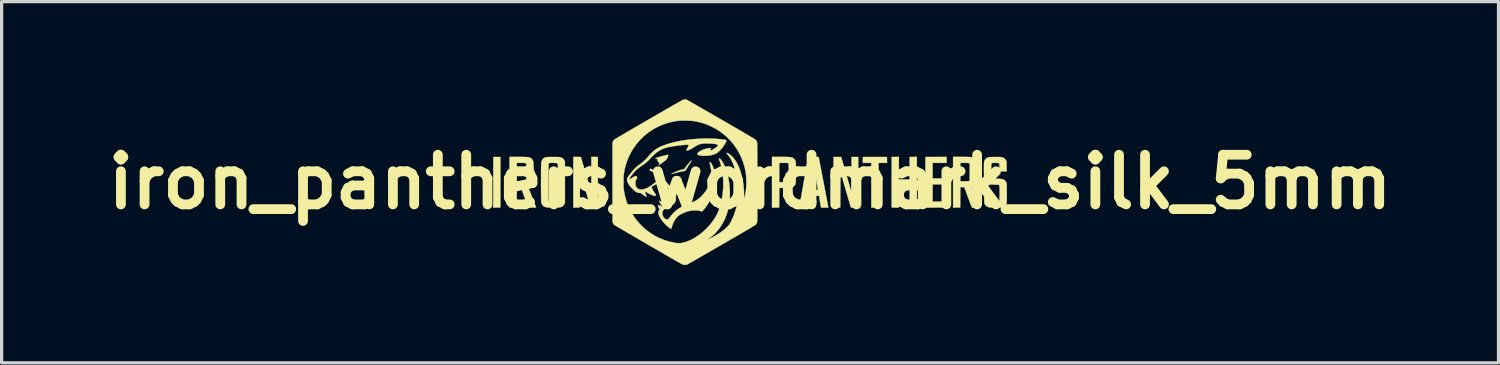
<source format=kicad_pcb>
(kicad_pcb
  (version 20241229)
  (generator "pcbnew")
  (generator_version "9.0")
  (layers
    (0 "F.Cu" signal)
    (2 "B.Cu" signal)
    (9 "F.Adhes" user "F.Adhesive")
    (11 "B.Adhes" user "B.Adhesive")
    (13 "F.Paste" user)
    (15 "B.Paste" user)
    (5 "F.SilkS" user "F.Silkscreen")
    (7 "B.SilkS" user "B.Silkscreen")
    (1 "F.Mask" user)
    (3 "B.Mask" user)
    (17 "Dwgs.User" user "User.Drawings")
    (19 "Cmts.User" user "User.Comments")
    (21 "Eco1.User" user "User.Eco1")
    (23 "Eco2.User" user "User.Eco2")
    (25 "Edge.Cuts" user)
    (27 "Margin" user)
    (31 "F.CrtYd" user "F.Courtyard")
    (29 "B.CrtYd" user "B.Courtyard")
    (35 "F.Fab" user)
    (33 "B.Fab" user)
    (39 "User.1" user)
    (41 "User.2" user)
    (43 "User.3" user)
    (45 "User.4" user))
  (footprint "iron_panthers_wordmark_silk_5mm"
    (layer "F.Cu")
    (at 19.964 2.532)
    (property "Reference" "iron_panthers_wordmark_silk_5mm" (at 0 0 0) (layer "F.SilkS") (effects (font (size 1.524 1.524) (thickness 0.3))))
    (attr through_hole)
    (fp_poly (pts (xy -7.661 0.784) (xy -7.771 0.786) (xy -7.88 0.788) (xy -7.879 0.011) (xy -7.877 -0.765) (xy -7.661 -0.765) (xy -7.661 0.784)) (stroke (width 0.01) (type solid)) (fill yes) (layer "F.SilkS"))
    (fp_poly (pts (xy 4.202 -0.675) (xy 4.204 -0.584) (xy 3.943 -0.584) (xy 3.942 0.1) (xy 3.94 0.784) (xy 3.831 0.786) (xy 3.721 0.788) (xy 3.721 -0.584) (xy 3.46 -0.584) (xy 3.462 -0.675) (xy 3.464 -0.765) (xy 4.201 -0.765) (xy 4.202 -0.675)) (stroke (width 0.01) (type solid)) (fill yes) (layer "F.SilkS"))
    (fp_poly (pts (xy 6.032 -0.584) (xy 5.601 -0.584) (xy 5.601 -0.108) (xy 5.956 -0.108) (xy 5.956 0.076) (xy 5.601 0.076) (xy 5.601 0.603) (xy 6.052 0.603) (xy 6.05 0.694) (xy 6.048 0.784) (xy 5.713 0.786) (xy 5.378 0.788) (xy 5.38 0.011) (xy 5.382 -0.765) (xy 5.707 -0.767) (xy 6.032 -0.768) (xy 6.032 -0.584)) (stroke (width 0.01) (type solid)) (fill yes) (layer "F.SilkS"))
    (fp_poly (pts (xy -3.048 -0.403) (xy -3.032 -0.395) (xy -3.012 -0.385) (xy -2.991 -0.373) (xy -2.973 -0.361) (xy -2.966 -0.356) (xy -2.942 -0.334) (xy -2.918 -0.304) (xy -2.897 -0.271) (xy -2.882 -0.24) (xy -2.879 -0.231) (xy -2.874 -0.204) (xy -2.871 -0.175) (xy -2.871 -0.164) (xy -2.873 -0.13) (xy -2.882 -0.163) (xy -2.895 -0.198) (xy -2.915 -0.235) (xy -2.94 -0.268) (xy -2.964 -0.291) (xy -2.983 -0.304) (xy -3.005 -0.318) (xy -3.029 -0.331) (xy -3.051 -0.342) (xy -3.067 -0.348) (xy -3.072 -0.349) (xy -3.079 -0.353) (xy -3.08 -0.356) (xy -3.077 -0.366) (xy -3.072 -0.381) (xy -3.065 -0.395) (xy -3.06 -0.405) (xy -3.058 -0.406) (xy -3.048 -0.403)) (stroke (width 0.01) (type solid)) (fill yes) (layer "F.SilkS"))
    (fp_poly (pts (xy 5.118 0.788) (xy 5.009 0.786) (xy 4.899 0.784) (xy 4.897 0.443) (xy 4.896 0.102) (xy 4.566 0.102) (xy 4.566 0.787) (xy 4.457 0.787) (xy 4.415 0.787) (xy 4.384 0.786) (xy 4.363 0.785) (xy 4.351 0.783) (xy 4.346 0.779) (xy 4.346 0.772) (xy 4.346 0.753) (xy 4.345 0.723) (xy 4.345 0.682) (xy 4.345 0.632) (xy 4.345 0.573) (xy 4.345 0.506) (xy 4.345 0.432) (xy 4.345 0.351) (xy 4.345 0.265) (xy 4.345 0.174) (xy 4.345 0.078) (xy 4.345 0.003) (xy 4.347 -0.765) (xy 4.456 -0.767) (xy 4.566 -0.769) (xy 4.566 -0.076) (xy 4.896 -0.076) (xy 4.897 -0.421) (xy 4.899 -0.765) (xy 5.009 -0.767) (xy 5.118 -0.769) (xy 5.118 0.788)) (stroke (width 0.01) (type solid)) (fill yes) (layer "F.SilkS"))
    (fp_poly (pts (xy -4.77 -0.767) (xy -4.67 -0.765) (xy -4.67 0.784) (xy -4.893 0.784) (xy -5.055 0.229) (xy -5.217 -0.326) (xy -5.223 0.784) (xy -5.323 0.786) (xy -5.423 0.788) (xy -5.423 -0.769) (xy -5.307 -0.767) (xy -5.191 -0.765) (xy -5.035 -0.23) (xy -5.012 -0.151) (xy -4.99 -0.074) (xy -4.969 -0.003) (xy -4.949 0.064) (xy -4.931 0.124) (xy -4.915 0.178) (xy -4.902 0.223) (xy -4.89 0.26) (xy -4.882 0.287) (xy -4.877 0.304) (xy -4.875 0.309) (xy -4.874 0.303) (xy -4.874 0.286) (xy -4.873 0.258) (xy -4.872 0.22) (xy -4.872 0.172) (xy -4.871 0.117) (xy -4.871 0.055) (xy -4.871 -0.014) (xy -4.871 -0.089) (xy -4.87 -0.168) (xy -4.87 -0.228) (xy -4.87 -0.769) (xy -4.77 -0.767)) (stroke (width 0.01) (type solid)) (fill yes) (layer "F.SilkS"))
    (fp_poly (pts (xy 2.952 -0.229) (xy 3.108 0.307) (xy 3.111 -0.229) (xy 3.115 -0.765) (xy 3.318 -0.765) (xy 3.318 0.784) (xy 3.209 0.786) (xy 3.169 0.786) (xy 3.14 0.787) (xy 3.12 0.786) (xy 3.107 0.784) (xy 3.099 0.782) (xy 3.095 0.779) (xy 3.094 0.776) (xy 3.091 0.769) (xy 3.085 0.75) (xy 3.076 0.72) (xy 3.065 0.682) (xy 3.051 0.634) (xy 3.034 0.579) (xy 3.016 0.517) (xy 2.996 0.448) (xy 2.975 0.375) (xy 2.952 0.298) (xy 2.93 0.222) (xy 2.772 -0.32) (xy 2.765 0.784) (xy 2.665 0.786) (xy 2.625 0.786) (xy 2.596 0.786) (xy 2.577 0.785) (xy 2.566 0.783) (xy 2.562 0.78) (xy 2.562 0.772) (xy 2.561 0.753) (xy 2.561 0.723) (xy 2.561 0.682) (xy 2.561 0.632) (xy 2.56 0.573) (xy 2.56 0.506) (xy 2.56 0.432) (xy 2.56 0.351) (xy 2.56 0.265) (xy 2.56 0.174) (xy 2.56 0.078) (xy 2.561 0.003) (xy 2.562 -0.765) (xy 2.796 -0.765) (xy 2.952 -0.229)) (stroke (width 0.01) (type solid)) (fill yes) (layer "F.SilkS"))
    (fp_poly (pts (xy -2.516 -0.827) (xy -2.511 -0.813) (xy -2.515 -0.789) (xy -2.518 -0.777) (xy -2.535 -0.74) (xy -2.558 -0.703) (xy -2.585 -0.671) (xy -2.599 -0.658) (xy -2.614 -0.647) (xy -2.635 -0.631) (xy -2.661 -0.612) (xy -2.69 -0.592) (xy -2.72 -0.571) (xy -2.747 -0.552) (xy -2.771 -0.536) (xy -2.788 -0.524) (xy -2.796 -0.52) (xy -2.805 -0.517) (xy -2.807 -0.519) (xy -2.803 -0.526) (xy -2.795 -0.54) (xy -2.79 -0.548) (xy -2.772 -0.573) (xy -2.795 -0.593) (xy -2.82 -0.618) (xy -2.835 -0.644) (xy -2.843 -0.676) (xy -2.844 -0.677) (xy -2.847 -0.695) (xy -2.852 -0.705) (xy -2.863 -0.71) (xy -2.879 -0.714) (xy -2.896 -0.719) (xy -2.907 -0.724) (xy -2.909 -0.727) (xy -2.903 -0.73) (xy -2.887 -0.735) (xy -2.862 -0.743) (xy -2.83 -0.752) (xy -2.793 -0.763) (xy -2.753 -0.775) (xy -2.711 -0.786) (xy -2.669 -0.797) (xy -2.63 -0.808) (xy -2.595 -0.817) (xy -2.565 -0.824) (xy -2.543 -0.829) (xy -2.53 -0.832) (xy -2.529 -0.832) (xy -2.516 -0.827)) (stroke (width 0.01) (type solid)) (fill yes) (layer "F.SilkS"))
    (fp_poly (pts (xy -1.79 -0.656) (xy -1.793 -0.649) (xy -1.802 -0.634) (xy -1.816 -0.611) (xy -1.831 -0.589) (xy -1.855 -0.553) (xy -1.882 -0.511) (xy -1.909 -0.468) (xy -1.933 -0.428) (xy -1.937 -0.423) (xy -1.957 -0.39) (xy -1.972 -0.366) (xy -1.984 -0.351) (xy -1.993 -0.342) (xy -2 -0.337) (xy -2.005 -0.337) (xy -2.022 -0.335) (xy -2.048 -0.33) (xy -2.083 -0.323) (xy -2.125 -0.314) (xy -2.171 -0.304) (xy -2.221 -0.292) (xy -2.271 -0.28) (xy -2.319 -0.267) (xy -2.365 -0.255) (xy -2.403 -0.244) (xy -2.412 -0.242) (xy -2.41 -0.246) (xy -2.402 -0.252) (xy -2.385 -0.262) (xy -2.362 -0.274) (xy -2.336 -0.287) (xy -2.29 -0.309) (xy -2.237 -0.33) (xy -2.182 -0.35) (xy -2.128 -0.367) (xy -2.079 -0.379) (xy -2.065 -0.382) (xy -2.042 -0.386) (xy -2.026 -0.391) (xy -2.015 -0.399) (xy -2.005 -0.412) (xy -1.996 -0.425) (xy -1.968 -0.466) (xy -1.936 -0.507) (xy -1.903 -0.548) (xy -1.87 -0.585) (xy -1.84 -0.618) (xy -1.813 -0.642) (xy -1.799 -0.653) (xy -1.792 -0.657) (xy -1.79 -0.656)) (stroke (width 0.01) (type solid)) (fill yes) (layer "F.SilkS"))
    (fp_poly (pts (xy 0.919 -0.768) (xy 0.995 -0.768) (xy 1.06 -0.768) (xy 1.114 -0.767) (xy 1.159 -0.765) (xy 1.196 -0.763) (xy 1.227 -0.76) (xy 1.252 -0.757) (xy 1.273 -0.752) (xy 1.29 -0.747) (xy 1.302 -0.742) (xy 1.336 -0.721) (xy 1.366 -0.691) (xy 1.389 -0.655) (xy 1.395 -0.639) (xy 1.398 -0.631) (xy 1.4 -0.621) (xy 1.402 -0.609) (xy 1.403 -0.594) (xy 1.404 -0.574) (xy 1.405 -0.548) (xy 1.406 -0.515) (xy 1.406 -0.475) (xy 1.406 -0.424) (xy 1.406 -0.364) (xy 1.407 -0.292) (xy 1.407 -0.217) (xy 1.406 -0.154) (xy 1.406 -0.101) (xy 1.405 -0.058) (xy 1.404 -0.022) (xy 1.403 0.006) (xy 1.4 0.029) (xy 1.397 0.047) (xy 1.393 0.062) (xy 1.389 0.074) (xy 1.383 0.086) (xy 1.376 0.097) (xy 1.37 0.106) (xy 1.354 0.126) (xy 1.335 0.142) (xy 1.308 0.158) (xy 1.306 0.159) (xy 1.262 0.181) (xy 1.079 0.183) (xy 0.895 0.185) (xy 0.894 0.485) (xy 0.892 0.784) (xy 0.783 0.786) (xy 0.673 0.788) (xy 0.673 -0.584) (xy 0.895 -0.584) (xy 0.895 0.006) (xy 1.026 0.006) (xy 1.07 0.006) (xy 1.103 0.006) (xy 1.127 0.005) (xy 1.144 0.004) (xy 1.155 0.002) (xy 1.162 -0.001) (xy 1.167 -0.005) (xy 1.168 -0.006) (xy 1.178 -0.021) (xy 1.184 -0.039) (xy 1.185 -0.05) (xy 1.186 -0.072) (xy 1.186 -0.104) (xy 1.186 -0.144) (xy 1.187 -0.191) (xy 1.187 -0.242) (xy 1.186 -0.298) (xy 1.186 -0.31) (xy 1.184 -0.56) (xy 1.169 -0.572) (xy 1.163 -0.576) (xy 1.155 -0.579) (xy 1.144 -0.581) (xy 1.127 -0.583) (xy 1.104 -0.584) (xy 1.071 -0.584) (xy 1.027 -0.584) (xy 0.895 -0.584) (xy 0.673 -0.584) (xy 0.673 -0.768) (xy 0.919 -0.768)) (stroke (width 0.01) (type solid)) (fill yes) (layer "F.SilkS"))
    (fp_poly (pts (xy 6.475 -0.768) (xy 6.533 -0.768) (xy 6.588 -0.768) (xy 6.639 -0.767) (xy 6.685 -0.766) (xy 6.724 -0.765) (xy 6.754 -0.764) (xy 6.773 -0.762) (xy 6.774 -0.762) (xy 6.829 -0.752) (xy 6.874 -0.734) (xy 6.909 -0.708) (xy 6.936 -0.674) (xy 6.954 -0.632) (xy 6.959 -0.611) (xy 6.961 -0.595) (xy 6.963 -0.568) (xy 6.964 -0.531) (xy 6.965 -0.487) (xy 6.966 -0.438) (xy 6.966 -0.384) (xy 6.966 -0.328) (xy 6.966 -0.271) (xy 6.966 -0.214) (xy 6.965 -0.161) (xy 6.964 -0.112) (xy 6.963 -0.069) (xy 6.961 -0.033) (xy 6.959 -0.007) (xy 6.957 0.007) (xy 6.941 0.054) (xy 6.917 0.092) (xy 6.884 0.121) (xy 6.841 0.142) (xy 6.836 0.144) (xy 6.817 0.15) (xy 6.805 0.154) (xy 6.802 0.156) (xy 6.804 0.162) (xy 6.81 0.178) (xy 6.82 0.205) (xy 6.833 0.239) (xy 6.849 0.282) (xy 6.868 0.33) (xy 6.888 0.384) (xy 6.911 0.441) (xy 6.917 0.458) (xy 6.94 0.517) (xy 6.962 0.573) (xy 6.982 0.624) (xy 6.999 0.67) (xy 7.014 0.708) (xy 7.026 0.739) (xy 7.034 0.761) (xy 7.038 0.772) (xy 7.039 0.773) (xy 7.043 0.788) (xy 6.805 0.784) (xy 6.574 0.162) (xy 6.452 0.158) (xy 6.448 0.784) (xy 6.339 0.786) (xy 6.229 0.788) (xy 6.229 -0.584) (xy 6.452 -0.584) (xy 6.452 -0.018) (xy 6.585 -0.02) (xy 6.63 -0.021) (xy 6.664 -0.022) (xy 6.689 -0.023) (xy 6.706 -0.025) (xy 6.717 -0.027) (xy 6.725 -0.03) (xy 6.729 -0.034) (xy 6.732 -0.037) (xy 6.734 -0.042) (xy 6.736 -0.051) (xy 6.738 -0.063) (xy 6.739 -0.081) (xy 6.739 -0.105) (xy 6.74 -0.137) (xy 6.74 -0.178) (xy 6.74 -0.228) (xy 6.741 -0.291) (xy 6.741 -0.302) (xy 6.741 -0.56) (xy 6.726 -0.572) (xy 6.719 -0.576) (xy 6.712 -0.579) (xy 6.7 -0.581) (xy 6.684 -0.583) (xy 6.66 -0.584) (xy 6.627 -0.584) (xy 6.584 -0.584) (xy 6.452 -0.584) (xy 6.229 -0.584) (xy 6.229 -0.768) (xy 6.475 -0.768)) (stroke (width 0.01) (type solid)) (fill yes) (layer "F.SilkS"))
    (fp_poly (pts (xy -7.136 -0.768) (xy -7.079 -0.768) (xy -7.024 -0.768) (xy -6.972 -0.767) (xy -6.926 -0.766) (xy -6.887 -0.765) (xy -6.857 -0.764) (xy -6.838 -0.762) (xy -6.838 -0.762) (xy -6.782 -0.752) (xy -6.737 -0.735) (xy -6.701 -0.71) (xy -6.674 -0.677) (xy -6.656 -0.635) (xy -6.649 -0.611) (xy -6.647 -0.595) (xy -6.646 -0.568) (xy -6.644 -0.531) (xy -6.643 -0.487) (xy -6.642 -0.438) (xy -6.642 -0.384) (xy -6.642 -0.328) (xy -6.642 -0.271) (xy -6.642 -0.214) (xy -6.643 -0.161) (xy -6.644 -0.112) (xy -6.645 -0.069) (xy -6.647 -0.033) (xy -6.649 -0.007) (xy -6.651 0.007) (xy -6.667 0.054) (xy -6.691 0.092) (xy -6.724 0.121) (xy -6.767 0.142) (xy -6.773 0.144) (xy -6.791 0.15) (xy -6.803 0.154) (xy -6.806 0.156) (xy -6.804 0.162) (xy -6.798 0.178) (xy -6.788 0.205) (xy -6.775 0.24) (xy -6.759 0.282) (xy -6.74 0.331) (xy -6.719 0.385) (xy -6.697 0.443) (xy -6.687 0.469) (xy -6.664 0.528) (xy -6.642 0.584) (xy -6.622 0.636) (xy -6.605 0.681) (xy -6.59 0.72) (xy -6.578 0.75) (xy -6.57 0.772) (xy -6.566 0.783) (xy -6.566 0.784) (xy -6.572 0.785) (xy -6.589 0.786) (xy -6.614 0.786) (xy -6.646 0.786) (xy -6.684 0.786) (xy -6.684 0.786) (xy -6.803 0.784) (xy -7.034 0.162) (xy -7.156 0.158) (xy -7.16 0.784) (xy -7.269 0.786) (xy -7.379 0.788) (xy -7.379 -0.584) (xy -7.156 -0.584) (xy -7.156 -0.018) (xy -7.023 -0.02) (xy -6.978 -0.021) (xy -6.944 -0.022) (xy -6.919 -0.023) (xy -6.902 -0.025) (xy -6.891 -0.027) (xy -6.883 -0.03) (xy -6.879 -0.034) (xy -6.876 -0.037) (xy -6.874 -0.042) (xy -6.872 -0.051) (xy -6.87 -0.063) (xy -6.869 -0.081) (xy -6.869 -0.105) (xy -6.868 -0.137) (xy -6.868 -0.178) (xy -6.868 -0.228) (xy -6.868 -0.291) (xy -6.868 -0.302) (xy -6.868 -0.56) (xy -6.883 -0.572) (xy -6.889 -0.576) (xy -6.896 -0.579) (xy -6.908 -0.581) (xy -6.924 -0.583) (xy -6.948 -0.584) (xy -6.981 -0.584) (xy -7.024 -0.584) (xy -7.156 -0.584) (xy -7.379 -0.584) (xy -7.379 -0.768) (xy -7.136 -0.768)) (stroke (width 0.01) (type solid)) (fill yes) (layer "F.SilkS"))
    (fp_poly (pts (xy 1.992 -0.768) (xy 2.034 -0.767) (xy 2.067 -0.766) (xy 2.091 -0.765) (xy 2.103 -0.763) (xy 2.105 -0.762) (xy 2.106 -0.756) (xy 2.11 -0.737) (xy 2.116 -0.708) (xy 2.123 -0.67) (xy 2.133 -0.622) (xy 2.143 -0.567) (xy 2.156 -0.504) (xy 2.169 -0.435) (xy 2.183 -0.361) (xy 2.198 -0.283) (xy 2.214 -0.201) (xy 2.23 -0.117) (xy 2.246 -0.031) (xy 2.263 0.056) (xy 2.28 0.143) (xy 2.296 0.228) (xy 2.312 0.312) (xy 2.327 0.393) (xy 2.342 0.47) (xy 2.356 0.542) (xy 2.368 0.609) (xy 2.38 0.67) (xy 2.39 0.723) (xy 2.397 0.764) (xy 2.402 0.787) (xy 2.179 0.787) (xy 2.175 0.77) (xy 2.173 0.759) (xy 2.17 0.737) (xy 2.164 0.707) (xy 2.158 0.67) (xy 2.151 0.629) (xy 2.146 0.603) (xy 2.139 0.561) (xy 2.132 0.521) (xy 2.126 0.488) (xy 2.122 0.461) (xy 2.119 0.445) (xy 2.118 0.44) (xy 2.114 0.425) (xy 1.787 0.425) (xy 1.759 0.605) (xy 1.73 0.784) (xy 1.621 0.786) (xy 1.578 0.786) (xy 1.547 0.786) (xy 1.527 0.785) (xy 1.515 0.783) (xy 1.511 0.78) (xy 1.511 0.78) (xy 1.512 0.773) (xy 1.516 0.755) (xy 1.521 0.725) (xy 1.527 0.687) (xy 1.536 0.639) (xy 1.545 0.583) (xy 1.556 0.521) (xy 1.568 0.453) (xy 1.581 0.379) (xy 1.595 0.302) (xy 1.605 0.243) (xy 1.816 0.243) (xy 1.822 0.244) (xy 1.839 0.246) (xy 1.865 0.247) (xy 1.898 0.247) (xy 1.936 0.248) (xy 1.949 0.248) (xy 1.994 0.248) (xy 2.027 0.247) (xy 2.051 0.247) (xy 2.067 0.245) (xy 2.076 0.244) (xy 2.081 0.241) (xy 2.083 0.238) (xy 2.083 0.236) (xy 2.082 0.228) (xy 2.079 0.209) (xy 2.074 0.18) (xy 2.068 0.143) (xy 2.06 0.098) (xy 2.052 0.047) (xy 2.042 -0.008) (xy 2.032 -0.067) (xy 2.022 -0.128) (xy 2.011 -0.189) (xy 2.001 -0.25) (xy 1.991 -0.308) (xy 1.981 -0.364) (xy 1.972 -0.415) (xy 1.964 -0.46) (xy 1.958 -0.498) (xy 1.952 -0.527) (xy 1.949 -0.547) (xy 1.947 -0.555) (xy 1.947 -0.556) (xy 1.943 -0.557) (xy 1.941 -0.552) (xy 1.94 -0.545) (xy 1.936 -0.526) (xy 1.932 -0.498) (xy 1.926 -0.46) (xy 1.919 -0.416) (xy 1.91 -0.365) (xy 1.902 -0.31) (xy 1.892 -0.251) (xy 1.883 -0.191) (xy 1.873 -0.129) (xy 1.864 -0.068) (xy 1.854 -0.009) (xy 1.846 0.047) (xy 1.838 0.098) (xy 1.831 0.144) (xy 1.825 0.183) (xy 1.82 0.213) (xy 1.817 0.233) (xy 1.816 0.243) (xy 1.816 0.243) (xy 1.605 0.243) (xy 1.609 0.221) (xy 1.624 0.138) (xy 1.638 0.054) (xy 1.653 -0.03) (xy 1.668 -0.114) (xy 1.683 -0.197) (xy 1.697 -0.277) (xy 1.71 -0.353) (xy 1.723 -0.426) (xy 1.735 -0.493) (xy 1.746 -0.554) (xy 1.756 -0.607) (xy 1.764 -0.653) (xy 1.77 -0.69) (xy 1.775 -0.717) (xy 1.778 -0.733) (xy 1.779 -0.735) (xy 1.785 -0.768) (xy 1.943 -0.768) (xy 1.992 -0.768)) (stroke (width 0.01) (type solid)) (fill yes) (layer "F.SilkS"))
    (fp_poly (pts (xy -5.985 -0.765) (xy -5.939 -0.765) (xy -5.903 -0.764) (xy -5.874 -0.763) (xy -5.853 -0.762) (xy -5.836 -0.76) (xy -5.822 -0.757) (xy -5.81 -0.754) (xy -5.809 -0.754) (xy -5.764 -0.734) (xy -5.729 -0.706) (xy -5.701 -0.668) (xy -5.699 -0.664) (xy -5.68 -0.626) (xy -5.68 0.645) (xy -5.699 0.683) (xy -5.726 0.722) (xy -5.761 0.752) (xy -5.805 0.772) (xy -5.806 0.772) (xy -5.818 0.776) (xy -5.834 0.778) (xy -5.854 0.78) (xy -5.881 0.782) (xy -5.915 0.783) (xy -5.959 0.784) (xy -6.014 0.785) (xy -6.017 0.785) (xy -6.065 0.785) (xy -6.112 0.785) (xy -6.154 0.784) (xy -6.19 0.784) (xy -6.217 0.782) (xy -6.234 0.781) (xy -6.286 0.769) (xy -6.329 0.748) (xy -6.363 0.718) (xy -6.388 0.68) (xy -6.404 0.632) (xy -6.407 0.615) (xy -6.408 0.601) (xy -6.409 0.576) (xy -6.41 0.541) (xy -6.411 0.496) (xy -6.412 0.443) (xy -6.412 0.383) (xy -6.413 0.317) (xy -6.413 0.246) (xy -6.413 0.172) (xy -6.414 0.095) (xy -6.414 0.018) (xy -6.414 -0.021) (xy -6.185 -0.021) (xy -6.185 0.01) (xy -6.185 0.107) (xy -6.185 0.193) (xy -6.185 0.268) (xy -6.185 0.333) (xy -6.184 0.388) (xy -6.184 0.434) (xy -6.184 0.472) (xy -6.183 0.503) (xy -6.183 0.528) (xy -6.182 0.547) (xy -6.181 0.562) (xy -6.18 0.572) (xy -6.178 0.58) (xy -6.177 0.584) (xy -6.175 0.588) (xy -6.173 0.59) (xy -6.172 0.591) (xy -6.167 0.595) (xy -6.16 0.598) (xy -6.149 0.601) (xy -6.134 0.602) (xy -6.11 0.603) (xy -6.078 0.603) (xy -6.043 0.603) (xy -5.997 0.603) (xy -5.962 0.602) (xy -5.938 0.6) (xy -5.923 0.598) (xy -5.916 0.595) (xy -5.907 0.584) (xy -5.9 0.566) (xy -5.899 0.562) (xy -5.898 0.551) (xy -5.897 0.529) (xy -5.896 0.496) (xy -5.896 0.455) (xy -5.895 0.405) (xy -5.894 0.348) (xy -5.894 0.286) (xy -5.894 0.219) (xy -5.893 0.149) (xy -5.893 0.076) (xy -5.893 0.002) (xy -5.893 -0.071) (xy -5.893 -0.143) (xy -5.894 -0.213) (xy -5.894 -0.279) (xy -5.894 -0.34) (xy -5.895 -0.396) (xy -5.896 -0.444) (xy -5.896 -0.484) (xy -5.897 -0.515) (xy -5.898 -0.535) (xy -5.899 -0.542) (xy -5.904 -0.56) (xy -5.91 -0.572) (xy -5.912 -0.574) (xy -5.921 -0.577) (xy -5.943 -0.579) (xy -5.976 -0.581) (xy -6.021 -0.583) (xy -6.039 -0.583) (xy -6.081 -0.584) (xy -6.112 -0.584) (xy -6.134 -0.583) (xy -6.149 -0.582) (xy -6.159 -0.58) (xy -6.166 -0.577) (xy -6.171 -0.573) (xy -6.172 -0.572) (xy -6.174 -0.569) (xy -6.176 -0.566) (xy -6.178 -0.562) (xy -6.179 -0.556) (xy -6.181 -0.546) (xy -6.182 -0.533) (xy -6.182 -0.515) (xy -6.183 -0.492) (xy -6.184 -0.463) (xy -6.184 -0.427) (xy -6.184 -0.383) (xy -6.185 -0.331) (xy -6.185 -0.269) (xy -6.185 -0.198) (xy -6.185 -0.115) (xy -6.185 -0.021) (xy -6.414 -0.021) (xy -6.414 -0.06) (xy -6.413 -0.137) (xy -6.413 -0.212) (xy -6.413 -0.283) (xy -6.412 -0.35) (xy -6.412 -0.412) (xy -6.411 -0.466) (xy -6.41 -0.513) (xy -6.409 -0.551) (xy -6.408 -0.579) (xy -6.407 -0.595) (xy -6.407 -0.597) (xy -6.393 -0.647) (xy -6.37 -0.689) (xy -6.338 -0.722) (xy -6.297 -0.746) (xy -6.275 -0.754) (xy -6.263 -0.757) (xy -6.25 -0.76) (xy -6.233 -0.762) (xy -6.211 -0.763) (xy -6.184 -0.764) (xy -6.148 -0.765) (xy -6.103 -0.765) (xy -6.047 -0.765) (xy -6.042 -0.765) (xy -5.985 -0.765)) (stroke (width 0.01) (type solid)) (fill yes) (layer "F.SilkS"))
    (fp_poly (pts (xy 7.582 -0.765) (xy 7.626 -0.765) (xy 7.66 -0.764) (xy 7.686 -0.763) (xy 7.706 -0.761) (xy 7.722 -0.759) (xy 7.736 -0.756) (xy 7.742 -0.754) (xy 7.787 -0.734) (xy 7.822 -0.706) (xy 7.85 -0.668) (xy 7.852 -0.664) (xy 7.871 -0.626) (xy 7.873 -0.475) (xy 7.875 -0.324) (xy 7.652 -0.324) (xy 7.652 -0.438) (xy 7.652 -0.479) (xy 7.651 -0.509) (xy 7.651 -0.53) (xy 7.649 -0.545) (xy 7.647 -0.554) (xy 7.643 -0.561) (xy 7.638 -0.567) (xy 7.636 -0.569) (xy 7.63 -0.575) (xy 7.623 -0.579) (xy 7.613 -0.582) (xy 7.598 -0.583) (xy 7.576 -0.584) (xy 7.545 -0.584) (xy 7.526 -0.584) (xy 7.488 -0.584) (xy 7.461 -0.583) (xy 7.443 -0.582) (xy 7.43 -0.58) (xy 7.422 -0.576) (xy 7.416 -0.572) (xy 7.401 -0.56) (xy 7.399 -0.358) (xy 7.398 -0.295) (xy 7.398 -0.245) (xy 7.399 -0.204) (xy 7.4 -0.172) (xy 7.402 -0.148) (xy 7.405 -0.131) (xy 7.41 -0.119) (xy 7.415 -0.111) (xy 7.422 -0.106) (xy 7.431 -0.102) (xy 7.444 -0.1) (xy 7.468 -0.098) (xy 7.502 -0.096) (xy 7.542 -0.095) (xy 7.573 -0.095) (xy 7.629 -0.095) (xy 7.674 -0.093) (xy 7.71 -0.09) (xy 7.739 -0.085) (xy 7.763 -0.079) (xy 7.783 -0.07) (xy 7.785 -0.07) (xy 7.817 -0.047) (xy 7.845 -0.014) (xy 7.863 0.016) (xy 7.866 0.024) (xy 7.869 0.032) (xy 7.871 0.041) (xy 7.873 0.052) (xy 7.875 0.067) (xy 7.876 0.087) (xy 7.877 0.113) (xy 7.877 0.146) (xy 7.878 0.188) (xy 7.878 0.24) (xy 7.879 0.303) (xy 7.879 0.326) (xy 7.879 0.408) (xy 7.879 0.478) (xy 7.879 0.535) (xy 7.878 0.581) (xy 7.876 0.614) (xy 7.875 0.635) (xy 7.874 0.639) (xy 7.861 0.676) (xy 7.84 0.711) (xy 7.813 0.739) (xy 7.805 0.745) (xy 7.787 0.756) (xy 7.77 0.764) (xy 7.75 0.771) (xy 7.727 0.776) (xy 7.699 0.78) (xy 7.664 0.782) (xy 7.62 0.784) (xy 7.566 0.784) (xy 7.553 0.785) (xy 7.507 0.785) (xy 7.463 0.785) (xy 7.422 0.784) (xy 7.388 0.783) (xy 7.364 0.782) (xy 7.353 0.781) (xy 7.308 0.77) (xy 7.268 0.751) (xy 7.235 0.727) (xy 7.222 0.712) (xy 7.21 0.695) (xy 7.2 0.678) (xy 7.193 0.658) (xy 7.188 0.635) (xy 7.185 0.605) (xy 7.183 0.568) (xy 7.182 0.522) (xy 7.182 0.481) (xy 7.182 0.343) (xy 7.404 0.343) (xy 7.404 0.457) (xy 7.404 0.498) (xy 7.404 0.528) (xy 7.405 0.549) (xy 7.407 0.564) (xy 7.409 0.574) (xy 7.413 0.58) (xy 7.418 0.586) (xy 7.42 0.588) (xy 7.426 0.594) (xy 7.433 0.598) (xy 7.443 0.601) (xy 7.458 0.602) (xy 7.48 0.603) (xy 7.512 0.603) (xy 7.528 0.603) (xy 7.562 0.603) (xy 7.592 0.602) (xy 7.616 0.6) (xy 7.63 0.598) (xy 7.633 0.597) (xy 7.639 0.592) (xy 7.645 0.584) (xy 7.649 0.572) (xy 7.652 0.554) (xy 7.655 0.53) (xy 7.656 0.497) (xy 7.657 0.456) (xy 7.658 0.404) (xy 7.658 0.343) (xy 7.658 0.28) (xy 7.657 0.228) (xy 7.656 0.187) (xy 7.655 0.155) (xy 7.652 0.131) (xy 7.649 0.113) (xy 7.645 0.101) (xy 7.639 0.094) (xy 7.634 0.09) (xy 7.625 0.088) (xy 7.605 0.086) (xy 7.576 0.084) (xy 7.54 0.083) (xy 7.5 0.082) (xy 7.477 0.081) (xy 7.421 0.08) (xy 7.375 0.078) (xy 7.338 0.074) (xy 7.309 0.069) (xy 7.286 0.062) (xy 7.266 0.052) (xy 7.249 0.04) (xy 7.231 0.024) (xy 7.229 0.023) (xy 7.218 0.011) (xy 7.208 -0.000433) (xy 7.2 -0.012) (xy 7.194 -0.026) (xy 7.189 -0.042) (xy 7.185 -0.063) (xy 7.182 -0.089) (xy 7.18 -0.122) (xy 7.179 -0.164) (xy 7.178 -0.214) (xy 7.177 -0.275) (xy 7.177 -0.329) (xy 7.176 -0.395) (xy 7.176 -0.45) (xy 7.176 -0.495) (xy 7.177 -0.531) (xy 7.177 -0.559) (xy 7.178 -0.582) (xy 7.18 -0.599) (xy 7.182 -0.612) (xy 7.184 -0.623) (xy 7.185 -0.627) (xy 7.202 -0.67) (xy 7.226 -0.704) (xy 7.259 -0.73) (xy 7.302 -0.75) (xy 7.313 -0.754) (xy 7.326 -0.757) (xy 7.34 -0.76) (xy 7.357 -0.762) (xy 7.379 -0.763) (xy 7.407 -0.764) (xy 7.444 -0.765) (xy 7.49 -0.765) (xy 7.528 -0.765) (xy 7.582 -0.765)) (stroke (width 0.01) (type solid)) (fill yes) (layer "F.SilkS"))
    (fp_poly (pts (xy -1.966 -2.525) (xy -1.942 -2.52) (xy -1.935 -2.516) (xy -1.917 -2.506) (xy -1.889 -2.49) (xy -1.851 -2.469) (xy -1.805 -2.443) (xy -1.751 -2.412) (xy -1.689 -2.377) (xy -1.62 -2.337) (xy -1.544 -2.294) (xy -1.463 -2.247) (xy -1.375 -2.197) (xy -1.283 -2.144) (xy -1.187 -2.089) (xy -1.087 -2.031) (xy -0.984 -1.971) (xy -0.895 -1.92) (xy -0.749 -1.836) (xy -0.613 -1.757) (xy -0.489 -1.685) (xy -0.375 -1.619) (xy -0.273 -1.56) (xy -0.181 -1.506) (xy -0.1 -1.459) (xy -0.03 -1.417) (xy 0.029 -1.382) (xy 0.078 -1.353) (xy 0.115 -1.33) (xy 0.142 -1.313) (xy 0.159 -1.302) (xy 0.163 -1.299) (xy 0.188 -1.273) (xy 0.205 -1.245) (xy 0.209 -1.235) (xy 0.211 -1.23) (xy 0.212 -1.226) (xy 0.214 -1.22) (xy 0.215 -1.214) (xy 0.216 -1.205) (xy 0.217 -1.194) (xy 0.218 -1.18) (xy 0.218 -1.163) (xy 0.219 -1.142) (xy 0.22 -1.116) (xy 0.22 -1.084) (xy 0.221 -1.047) (xy 0.221 -1.004) (xy 0.221 -0.954) (xy 0.222 -0.897) (xy 0.222 -0.832) (xy 0.222 -0.758) (xy 0.222 -0.676) (xy 0.222 -0.584) (xy 0.222 -0.482) (xy 0.222 -0.369) (xy 0.222 -0.245) (xy 0.222 -0.109) (xy 0.222 0.01) (xy 0.222 0.155) (xy 0.222 0.288) (xy 0.222 0.41) (xy 0.222 0.521) (xy 0.222 0.621) (xy 0.222 0.711) (xy 0.222 0.792) (xy 0.222 0.864) (xy 0.222 0.928) (xy 0.221 0.984) (xy 0.221 1.032) (xy 0.221 1.074) (xy 0.22 1.11) (xy 0.22 1.14) (xy 0.219 1.165) (xy 0.218 1.186) (xy 0.217 1.203) (xy 0.217 1.216) (xy 0.216 1.226) (xy 0.214 1.234) (xy 0.213 1.241) (xy 0.212 1.246) (xy 0.21 1.25) (xy 0.209 1.253) (xy 0.193 1.285) (xy 0.17 1.313) (xy 0.17 1.314) (xy 0.162 1.32) (xy 0.145 1.331) (xy 0.119 1.347) (xy 0.084 1.368) (xy 0.04 1.395) (xy -0.014 1.427) (xy -0.077 1.464) (xy -0.15 1.507) (xy -0.233 1.556) (xy -0.326 1.61) (xy -0.43 1.67) (xy -0.543 1.736) (xy -0.668 1.808) (xy -0.803 1.886) (xy -0.886 1.934) (xy -0.992 1.995) (xy -1.095 2.055) (xy -1.195 2.112) (xy -1.291 2.168) (xy -1.382 2.22) (xy -1.469 2.27) (xy -1.55 2.317) (xy -1.625 2.36) (xy -1.693 2.399) (xy -1.754 2.434) (xy -1.808 2.464) (xy -1.853 2.49) (xy -1.889 2.51) (xy -1.916 2.525) (xy -1.933 2.534) (xy -1.939 2.537) (xy -1.976 2.545) (xy -2.017 2.545) (xy -2.056 2.538) (xy -2.073 2.531) (xy -2.085 2.525) (xy -2.108 2.513) (xy -2.139 2.495) (xy -2.18 2.472) (xy -2.228 2.445) (xy -2.284 2.413) (xy -2.346 2.377) (xy -2.415 2.338) (xy -2.489 2.295) (xy -2.568 2.25) (xy -2.65 2.202) (xy -2.737 2.152) (xy -2.826 2.1) (xy -2.917 2.048) (xy -3.009 1.994) (xy -3.103 1.94) (xy -3.196 1.886) (xy -3.289 1.832) (xy -3.381 1.779) (xy -3.47 1.726) (xy -3.558 1.675) (xy -3.642 1.626) (xy -3.722 1.58) (xy -3.798 1.535) (xy -3.868 1.494) (xy -3.933 1.456) (xy -3.991 1.422) (xy -4.042 1.392) (xy -4.085 1.366) (xy -4.12 1.345) (xy -4.146 1.33) (xy -4.162 1.32) (xy -4.167 1.316) (xy -4.184 1.296) (xy -4.199 1.272) (xy -4.205 1.261) (xy -4.22 1.229) (xy -4.22 0.003) (xy -3.882 0.003) (xy -3.882 0.06) (xy -3.882 0.107) (xy -3.881 0.145) (xy -3.88 0.178) (xy -3.878 0.206) (xy -3.875 0.233) (xy -3.871 0.26) (xy -3.869 0.276) (xy -3.838 0.432) (xy -3.796 0.583) (xy -3.742 0.729) (xy -3.678 0.868) (xy -3.602 1.002) (xy -3.515 1.129) (xy -3.417 1.251) (xy -3.389 1.282) (xy -3.28 1.391) (xy -3.164 1.49) (xy -3.041 1.579) (xy -2.911 1.658) (xy -2.774 1.726) (xy -2.631 1.783) (xy -2.483 1.829) (xy -2.329 1.863) (xy -2.27 1.873) (xy -2.226 1.879) (xy -2.189 1.882) (xy -2.153 1.881) (xy -2.115 1.876) (xy -2.076 1.869) (xy -1.977 1.844) (xy -1.876 1.806) (xy -1.775 1.759) (xy -1.674 1.701) (xy -1.575 1.634) (xy -1.479 1.56) (xy -1.386 1.478) (xy -1.298 1.39) (xy -1.215 1.296) (xy -1.139 1.197) (xy -1.072 1.095) (xy -1.013 0.99) (xy -1.009 0.983) (xy -0.97 0.896) (xy -0.935 0.799) (xy -0.904 0.694) (xy -0.877 0.581) (xy -0.855 0.464) (xy -0.838 0.344) (xy -0.827 0.223) (xy -0.821 0.103) (xy -0.822 -0.015) (xy -0.824 -0.075) (xy -0.835 -0.199) (xy -0.85 -0.318) (xy -0.871 -0.429) (xy -0.896 -0.532) (xy -0.926 -0.624) (xy -0.933 -0.643) (xy -0.943 -0.671) (xy -0.951 -0.694) (xy -0.955 -0.71) (xy -0.956 -0.717) (xy -0.946 -0.724) (xy -0.932 -0.72) (xy -0.914 -0.706) (xy -0.893 -0.684) (xy -0.87 -0.654) (xy -0.847 -0.618) (xy -0.823 -0.577) (xy -0.8 -0.531) (xy -0.797 -0.525) (xy -0.746 -0.402) (xy -0.703 -0.271) (xy -0.669 -0.134) (xy -0.644 0.009) (xy -0.627 0.156) (xy -0.619 0.304) (xy -0.621 0.453) (xy -0.632 0.6) (xy -0.642 0.676) (xy -0.668 0.821) (xy -0.705 0.959) (xy -0.753 1.091) (xy -0.811 1.216) (xy -0.881 1.336) (xy -0.962 1.452) (xy -1.044 1.551) (xy -1.1 1.608) (xy -1.167 1.664) (xy -1.242 1.717) (xy -1.247 1.721) (xy -1.272 1.738) (xy -1.293 1.752) (xy -1.308 1.762) (xy -1.314 1.768) (xy -1.314 1.768) (xy -1.309 1.768) (xy -1.294 1.762) (xy -1.271 1.753) (xy -1.242 1.74) (xy -1.209 1.724) (xy -1.173 1.707) (xy -1.137 1.689) (xy -1.131 1.686) (xy -1.074 1.655) (xy -1.014 1.619) (xy -0.953 1.58) (xy -0.893 1.539) (xy -0.836 1.496) (xy -0.782 1.453) (xy -0.734 1.412) (xy -0.692 1.373) (xy -0.659 1.338) (xy -0.641 1.313) (xy -0.604 1.253) (xy -0.567 1.183) (xy -0.531 1.105) (xy -0.497 1.021) (xy -0.466 0.934) (xy -0.438 0.845) (xy -0.415 0.757) (xy -0.396 0.673) (xy -0.391 0.641) (xy -0.384 0.591) (xy -0.379 0.53) (xy -0.375 0.462) (xy -0.373 0.39) (xy -0.372 0.317) (xy -0.373 0.244) (xy -0.375 0.201) (xy -0.386 0.038) (xy -0.404 -0.113) (xy -0.429 -0.253) (xy -0.46 -0.383) (xy -0.498 -0.502) (xy -0.542 -0.61) (xy -0.593 -0.707) (xy -0.651 -0.793) (xy -0.677 -0.826) (xy -0.694 -0.847) (xy -0.708 -0.865) (xy -0.716 -0.878) (xy -0.718 -0.882) (xy -0.713 -0.89) (xy -0.701 -0.89) (xy -0.681 -0.882) (xy -0.655 -0.867) (xy -0.624 -0.845) (xy -0.594 -0.821) (xy -0.531 -0.761) (xy -0.473 -0.689) (xy -0.419 -0.608) (xy -0.371 -0.516) (xy -0.327 -0.415) (xy -0.289 -0.306) (xy -0.256 -0.19) (xy -0.229 -0.067) (xy -0.208 0.063) (xy -0.193 0.197) (xy -0.185 0.336) (xy -0.184 0.413) (xy -0.183 0.452) (xy -0.183 0.48) (xy -0.182 0.498) (xy -0.181 0.508) (xy -0.179 0.509) (xy -0.177 0.504) (xy -0.174 0.496) (xy -0.157 0.431) (xy -0.142 0.357) (xy -0.13 0.275) (xy -0.121 0.188) (xy -0.115 0.099) (xy -0.113 0.01) (xy -0.113 0.01) (xy -0.115 -0.104) (xy -0.123 -0.21) (xy -0.137 -0.312) (xy -0.157 -0.413) (xy -0.171 -0.472) (xy -0.216 -0.618) (xy -0.271 -0.759) (xy -0.338 -0.894) (xy -0.414 -1.023) (xy -0.5 -1.145) (xy -0.595 -1.26) (xy -0.699 -1.366) (xy -0.811 -1.464) (xy -0.931 -1.554) (xy -1.058 -1.633) (xy -1.191 -1.703) (xy -1.33 -1.763) (xy -1.475 -1.811) (xy -1.565 -1.835) (xy -1.633 -1.85) (xy -1.695 -1.862) (xy -1.756 -1.871) (xy -1.818 -1.877) (xy -1.886 -1.88) (xy -1.961 -1.882) (xy -1.988 -1.882) (xy -2.054 -1.882) (xy -2.112 -1.881) (xy -2.162 -1.879) (xy -2.209 -1.875) (xy -2.255 -1.869) (xy -2.304 -1.861) (xy -2.358 -1.851) (xy -2.375 -1.848) (xy -2.523 -1.812) (xy -2.666 -1.764) (xy -2.804 -1.706) (xy -2.936 -1.637) (xy -3.062 -1.558) (xy -3.181 -1.47) (xy -3.292 -1.373) (xy -3.396 -1.267) (xy -3.491 -1.153) (xy -3.578 -1.032) (xy -3.655 -0.904) (xy -3.722 -0.769) (xy -3.778 -0.629) (xy -3.824 -0.483) (xy -3.833 -0.448) (xy -3.847 -0.388) (xy -3.858 -0.334) (xy -3.867 -0.284) (xy -3.873 -0.234) (xy -3.878 -0.182) (xy -3.881 -0.125) (xy -3.882 -0.061) (xy -3.882 0.003) (xy -4.22 0.003) (xy -4.22 -1.21) (xy -4.205 -1.242) (xy -4.192 -1.266) (xy -4.175 -1.289) (xy -4.167 -1.297) (xy -4.159 -1.302) (xy -4.141 -1.313) (xy -4.114 -1.33) (xy -4.077 -1.352) (xy -4.032 -1.379) (xy -3.979 -1.41) (xy -3.92 -1.445) (xy -3.853 -1.484) (xy -3.781 -1.526) (xy -3.705 -1.571) (xy -3.623 -1.618) (xy -3.538 -1.668) (xy -3.45 -1.719) (xy -3.359 -1.771) (xy -3.267 -1.825) (xy -3.174 -1.879) (xy -3.08 -1.934) (xy -2.986 -1.988) (xy -2.894 -2.041) (xy -2.802 -2.094) (xy -2.713 -2.145) (xy -2.627 -2.195) (xy -2.545 -2.243) (xy -2.466 -2.288) (xy -2.393 -2.33) (xy -2.325 -2.369) (xy -2.263 -2.404) (xy -2.208 -2.435) (xy -2.161 -2.462) (xy -2.121 -2.484) (xy -2.091 -2.501) (xy -2.07 -2.513) (xy -2.059 -2.518) (xy -2.058 -2.519) (xy -2.031 -2.525) (xy -1.998 -2.527) (xy -1.966 -2.525)) (stroke (width 0.01) (type solid)) (fill yes) (layer "F.SilkS"))
    (fp_poly (pts (xy -1.099 -1.327) (xy -0.958 -1.316) (xy -0.826 -1.3) (xy -0.781 -1.293) (xy -0.752 -1.288) (xy -0.735 -1.281) (xy -0.727 -1.271) (xy -0.728 -1.255) (xy -0.737 -1.232) (xy -0.745 -1.215) (xy -0.777 -1.157) (xy -0.815 -1.099) (xy -0.857 -1.042) (xy -0.903 -0.989) (xy -0.949 -0.942) (xy -0.994 -0.903) (xy -1.02 -0.884) (xy -1.063 -0.862) (xy -1.117 -0.841) (xy -1.181 -0.824) (xy -1.226 -0.815) (xy -1.262 -0.81) (xy -1.306 -0.806) (xy -1.353 -0.804) (xy -1.402 -0.803) (xy -1.449 -0.804) (xy -1.492 -0.806) (xy -1.527 -0.81) (xy -1.553 -0.815) (xy -1.553 -0.815) (xy -1.582 -0.826) (xy -1.604 -0.84) (xy -1.617 -0.853) (xy -1.619 -0.862) (xy -1.615 -0.871) (xy -1.604 -0.885) (xy -1.59 -0.902) (xy -1.559 -0.928) (xy -1.518 -0.954) (xy -1.468 -0.979) (xy -1.413 -1) (xy -1.353 -1.018) (xy -1.325 -1.025) (xy -1.303 -1.029) (xy -1.278 -1.033) (xy -1.252 -1.036) (xy -1.229 -1.038) (xy -1.213 -1.038) (xy -1.209 -1.037) (xy -1.201 -1.028) (xy -1.202 -1.014) (xy -1.209 -1.001) (xy -1.215 -0.986) (xy -1.21 -0.973) (xy -1.202 -0.969) (xy -1.189 -0.97) (xy -1.167 -0.979) (xy -1.136 -0.996) (xy -1.096 -1.021) (xy -1.075 -1.035) (xy -1.035 -1.063) (xy -1.007 -1.086) (xy -0.99 -1.106) (xy -0.985 -1.122) (xy -0.99 -1.136) (xy -1.006 -1.146) (xy -1.007 -1.147) (xy -1.034 -1.156) (xy -1.065 -1.164) (xy -1.102 -1.17) (xy -1.146 -1.174) (xy -1.2 -1.177) (xy -1.26 -1.179) (xy -1.334 -1.18) (xy -1.396 -1.179) (xy -1.451 -1.175) (xy -1.498 -1.168) (xy -1.542 -1.158) (xy -1.583 -1.143) (xy -1.623 -1.124) (xy -1.665 -1.101) (xy -1.699 -1.079) (xy -1.76 -1.041) (xy -1.812 -1.01) (xy -1.855 -0.988) (xy -1.89 -0.973) (xy -1.916 -0.967) (xy -1.927 -0.966) (xy -1.946 -0.971) (xy -1.954 -0.979) (xy -1.951 -0.994) (xy -1.938 -1.015) (xy -1.937 -1.015) (xy -1.923 -1.036) (xy -1.909 -1.061) (xy -1.902 -1.074) (xy -1.891 -1.1) (xy -1.886 -1.119) (xy -1.89 -1.132) (xy -1.902 -1.139) (xy -1.924 -1.142) (xy -1.957 -1.141) (xy -1.973 -1.14) (xy -2.03 -1.136) (xy -2.093 -1.13) (xy -2.16 -1.122) (xy -2.229 -1.114) (xy -2.298 -1.104) (xy -2.364 -1.094) (xy -2.425 -1.084) (xy -2.478 -1.074) (xy -2.522 -1.065) (xy -2.53 -1.063) (xy -2.608 -1.04) (xy -2.681 -1.013) (xy -2.749 -0.98) (xy -2.815 -0.94) (xy -2.88 -0.893) (xy -2.946 -0.837) (xy -3.014 -0.77) (xy -3.057 -0.725) (xy -3.101 -0.678) (xy -3.14 -0.64) (xy -3.175 -0.607) (xy -3.21 -0.578) (xy -3.246 -0.55) (xy -3.286 -0.522) (xy -3.296 -0.516) (xy -3.353 -0.478) (xy -3.401 -0.443) (xy -3.442 -0.412) (xy -3.479 -0.381) (xy -3.512 -0.349) (xy -3.544 -0.314) (xy -3.578 -0.274) (xy -3.614 -0.229) (xy -3.645 -0.188) (xy -3.668 -0.156) (xy -3.684 -0.131) (xy -3.695 -0.112) (xy -3.699 -0.099) (xy -3.701 -0.089) (xy -3.697 -0.084) (xy -3.688 -0.085) (xy -3.671 -0.093) (xy -3.646 -0.108) (xy -3.625 -0.121) (xy -3.598 -0.138) (xy -3.571 -0.154) (xy -3.549 -0.167) (xy -3.538 -0.172) (xy -3.511 -0.185) (xy -3.489 -0.169) (xy -3.472 -0.154) (xy -3.465 -0.139) (xy -3.466 -0.123) (xy -3.476 -0.101) (xy -3.482 -0.091) (xy -3.508 -0.039) (xy -3.52 0.013) (xy -3.521 0.064) (xy -3.508 0.115) (xy -3.498 0.138) (xy -3.474 0.177) (xy -3.444 0.206) (xy -3.407 0.224) (xy -3.362 0.233) (xy -3.318 0.233) (xy -3.26 0.224) (xy -3.198 0.204) (xy -3.133 0.174) (xy -3.064 0.132) (xy -2.991 0.079) (xy -2.991 0.079) (xy -2.938 0.038) (xy -2.891 0.007) (xy -2.849 -0.017) (xy -2.814 -0.033) (xy -2.787 -0.041) (xy -2.754 -0.046) (xy -2.717 -0.048) (xy -2.681 -0.048) (xy -2.649 -0.045) (xy -2.625 -0.039) (xy -2.618 -0.036) (xy -2.6 -0.023) (xy -2.576 -0.000322) (xy -2.548 0.03) (xy -2.517 0.067) (xy -2.484 0.108) (xy -2.45 0.152) (xy -2.417 0.197) (xy -2.386 0.243) (xy -2.358 0.286) (xy -2.333 0.327) (xy -2.317 0.357) (xy -2.294 0.41) (xy -2.279 0.458) (xy -2.274 0.503) (xy -2.275 0.527) (xy -2.282 0.572) (xy -2.293 0.61) (xy -2.311 0.643) (xy -2.337 0.672) (xy -2.372 0.698) (xy -2.417 0.723) (xy -2.471 0.747) (xy -2.511 0.763) (xy -2.541 0.776) (xy -2.564 0.788) (xy -2.583 0.799) (xy -2.599 0.81) (xy -2.616 0.824) (xy -2.628 0.835) (xy -2.658 0.866) (xy -2.678 0.895) (xy -2.688 0.924) (xy -2.691 0.956) (xy -2.691 0.971) (xy -2.681 1.025) (xy -2.663 1.07) (xy -2.636 1.106) (xy -2.605 1.131) (xy -2.576 1.144) (xy -2.546 1.15) (xy -2.519 1.147) (xy -2.508 1.143) (xy -2.5 1.135) (xy -2.487 1.119) (xy -2.47 1.098) (xy -2.456 1.078) (xy -2.436 1.05) (xy -2.408 1.017) (xy -2.378 0.982) (xy -2.347 0.949) (xy -2.343 0.946) (xy -2.302 0.906) (xy -2.262 0.871) (xy -2.219 0.839) (xy -2.174 0.808) (xy -2.123 0.779) (xy -2.066 0.75) (xy -2.001 0.72) (xy -1.927 0.688) (xy -1.873 0.666) (xy -1.83 0.649) (xy -1.787 0.631) (xy -1.747 0.613) (xy -1.712 0.598) (xy -1.686 0.585) (xy -1.682 0.584) (xy -1.636 0.557) (xy -1.592 0.527) (xy -1.548 0.492) (xy -1.504 0.45) (xy -1.458 0.401) (xy -1.409 0.343) (xy -1.356 0.275) (xy -1.347 0.264) (xy -1.301 0.197) (xy -1.263 0.136) (xy -1.235 0.075) (xy -1.213 0.014) (xy -1.198 -0.051) (xy -1.188 -0.122) (xy -1.187 -0.132) (xy -1.184 -0.194) (xy -1.186 -0.264) (xy -1.193 -0.338) (xy -1.203 -0.413) (xy -1.217 -0.486) (xy -1.234 -0.553) (xy -1.235 -0.555) (xy -1.24 -0.574) (xy -1.241 -0.586) (xy -1.238 -0.593) (xy -1.235 -0.596) (xy -1.225 -0.602) (xy -1.214 -0.598) (xy -1.2 -0.584) (xy -1.183 -0.559) (xy -1.183 -0.558) (xy -1.144 -0.482) (xy -1.112 -0.398) (xy -1.088 -0.306) (xy -1.071 -0.21) (xy -1.063 -0.109) (xy -1.063 -0.007) (xy -1.071 0.096) (xy -1.087 0.197) (xy -1.09 0.209) (xy -1.108 0.281) (xy -1.13 0.35) (xy -1.158 0.422) (xy -1.193 0.498) (xy -1.197 0.505) (xy -1.223 0.555) (xy -1.254 0.609) (xy -1.287 0.664) (xy -1.323 0.718) (xy -1.358 0.769) (xy -1.393 0.816) (xy -1.425 0.855) (xy -1.453 0.885) (xy -1.458 0.89) (xy -1.476 0.907) (xy -1.537 0.891) (xy -1.564 0.884) (xy -1.588 0.879) (xy -1.613 0.876) (xy -1.643 0.875) (xy -1.681 0.874) (xy -1.692 0.874) (xy -1.739 0.874) (xy -1.778 0.876) (xy -1.813 0.88) (xy -1.848 0.887) (xy -1.888 0.897) (xy -1.918 0.906) (xy -1.956 0.919) (xy -1.999 0.935) (xy -2.044 0.954) (xy -2.087 0.973) (xy -2.126 0.992) (xy -2.156 1.009) (xy -2.163 1.013) (xy -2.217 1.057) (xy -2.268 1.111) (xy -2.312 1.174) (xy -2.351 1.244) (xy -2.381 1.32) (xy -2.395 1.368) (xy -2.404 1.398) (xy -2.411 1.418) (xy -2.418 1.43) (xy -2.425 1.435) (xy -2.429 1.435) (xy -2.437 1.432) (xy -2.453 1.422) (xy -2.474 1.408) (xy -2.49 1.396) (xy -2.556 1.343) (xy -2.619 1.28) (xy -2.678 1.212) (xy -2.73 1.141) (xy -2.772 1.07) (xy -2.78 1.055) (xy -2.795 1.025) (xy -2.804 1.001) (xy -2.809 0.98) (xy -2.812 0.957) (xy -2.812 0.953) (xy -2.812 0.928) (xy -2.809 0.908) (xy -2.802 0.888) (xy -2.795 0.874) (xy -2.776 0.837) (xy -2.801 0.79) (xy -2.817 0.758) (xy -2.824 0.734) (xy -2.821 0.719) (xy -2.811 0.712) (xy -2.8 0.714) (xy -2.781 0.72) (xy -2.757 0.73) (xy -2.742 0.737) (xy -2.718 0.748) (xy -2.698 0.756) (xy -2.686 0.761) (xy -2.683 0.761) (xy -2.686 0.755) (xy -2.695 0.742) (xy -2.708 0.723) (xy -2.718 0.709) (xy -2.74 0.678) (xy -2.759 0.648) (xy -2.773 0.622) (xy -2.783 0.601) (xy -2.785 0.587) (xy -2.785 0.585) (xy -2.78 0.58) (xy -2.773 0.579) (xy -2.761 0.584) (xy -2.744 0.594) (xy -2.719 0.611) (xy -2.705 0.621) (xy -2.676 0.64) (xy -2.647 0.66) (xy -2.62 0.676) (xy -2.606 0.684) (xy -2.568 0.704) (xy -2.535 0.682) (xy -2.487 0.644) (xy -2.451 0.601) (xy -2.426 0.553) (xy -2.411 0.498) (xy -2.407 0.438) (xy -2.413 0.383) (xy -2.43 0.329) (xy -2.458 0.275) (xy -2.494 0.224) (xy -2.537 0.177) (xy -2.586 0.135) (xy -2.641 0.101) (xy -2.698 0.075) (xy -2.749 0.06) (xy -2.787 0.055) (xy -2.824 0.057) (xy -2.863 0.065) (xy -2.905 0.082) (xy -2.954 0.106) (xy -2.987 0.125) (xy -3.006 0.138) (xy -3.017 0.147) (xy -3.021 0.154) (xy -3.02 0.164) (xy -3.02 0.164) (xy -3.01 0.192) (xy -2.993 0.228) (xy -2.97 0.27) (xy -2.942 0.315) (xy -2.934 0.326) (xy -2.913 0.357) (xy -2.899 0.38) (xy -2.89 0.395) (xy -2.886 0.405) (xy -2.886 0.412) (xy -2.889 0.417) (xy -2.893 0.422) (xy -2.903 0.428) (xy -2.917 0.429) (xy -2.938 0.425) (xy -2.968 0.417) (xy -2.994 0.408) (xy -3.054 0.383) (xy -3.115 0.352) (xy -3.163 0.323) (xy -3.185 0.309) (xy -3.203 0.299) (xy -3.214 0.293) (xy -3.216 0.292) (xy -3.22 0.298) (xy -3.219 0.312) (xy -3.215 0.333) (xy -3.207 0.358) (xy -3.197 0.385) (xy -3.192 0.395) (xy -3.181 0.421) (xy -3.176 0.437) (xy -3.175 0.447) (xy -3.177 0.45) (xy -3.187 0.451) (xy -3.206 0.443) (xy -3.23 0.429) (xy -3.261 0.409) (xy -3.295 0.384) (xy -3.308 0.374) (xy -3.33 0.357) (xy -3.346 0.346) (xy -3.359 0.34) (xy -3.372 0.337) (xy -3.39 0.337) (xy -3.395 0.337) (xy -3.425 0.335) (xy -3.451 0.329) (xy -3.477 0.317) (xy -3.506 0.298) (xy -3.52 0.288) (xy -3.578 0.239) (xy -3.631 0.188) (xy -3.677 0.137) (xy -3.715 0.085) (xy -3.744 0.036) (xy -3.764 -0.011) (xy -3.771 -0.037) (xy -3.774 -0.066) (xy -3.772 -0.092) (xy -3.765 -0.117) (xy -3.75 -0.145) (xy -3.728 -0.178) (xy -3.72 -0.189) (xy -3.65 -0.28) (xy -3.584 -0.359) (xy -3.52 -0.426) (xy -3.459 -0.482) (xy -3.399 -0.527) (xy -3.39 -0.533) (xy -3.361 -0.554) (xy -3.331 -0.577) (xy -3.304 -0.598) (xy -3.292 -0.609) (xy -3.269 -0.631) (xy -3.243 -0.654) (xy -3.22 -0.673) (xy -3.22 -0.673) (xy -3.203 -0.689) (xy -3.181 -0.712) (xy -3.156 -0.739) (xy -3.132 -0.768) (xy -3.129 -0.772) (xy -3.057 -0.854) (xy -2.986 -0.924) (xy -2.914 -0.984) (xy -2.841 -1.033) (xy -2.778 -1.067) (xy -2.738 -1.085) (xy -2.688 -1.105) (xy -2.632 -1.126) (xy -2.572 -1.148) (xy -2.51 -1.168) (xy -2.451 -1.186) (xy -2.438 -1.19) (xy -2.306 -1.224) (xy -2.165 -1.254) (xy -2.018 -1.279) (xy -1.866 -1.299) (xy -1.71 -1.315) (xy -1.554 -1.325) (xy -1.399 -1.331) (xy -1.246 -1.331) (xy -1.099 -1.327)) (stroke (width 0.01) (type solid)) (fill yes) (layer "F.SilkS")))
  (gr_rect
    (start -3 -3)
    (end 42.929 8.082)
    (stroke (width 0.1) (type default))
    (fill no)
    (layer "Edge.Cuts")))
</source>
